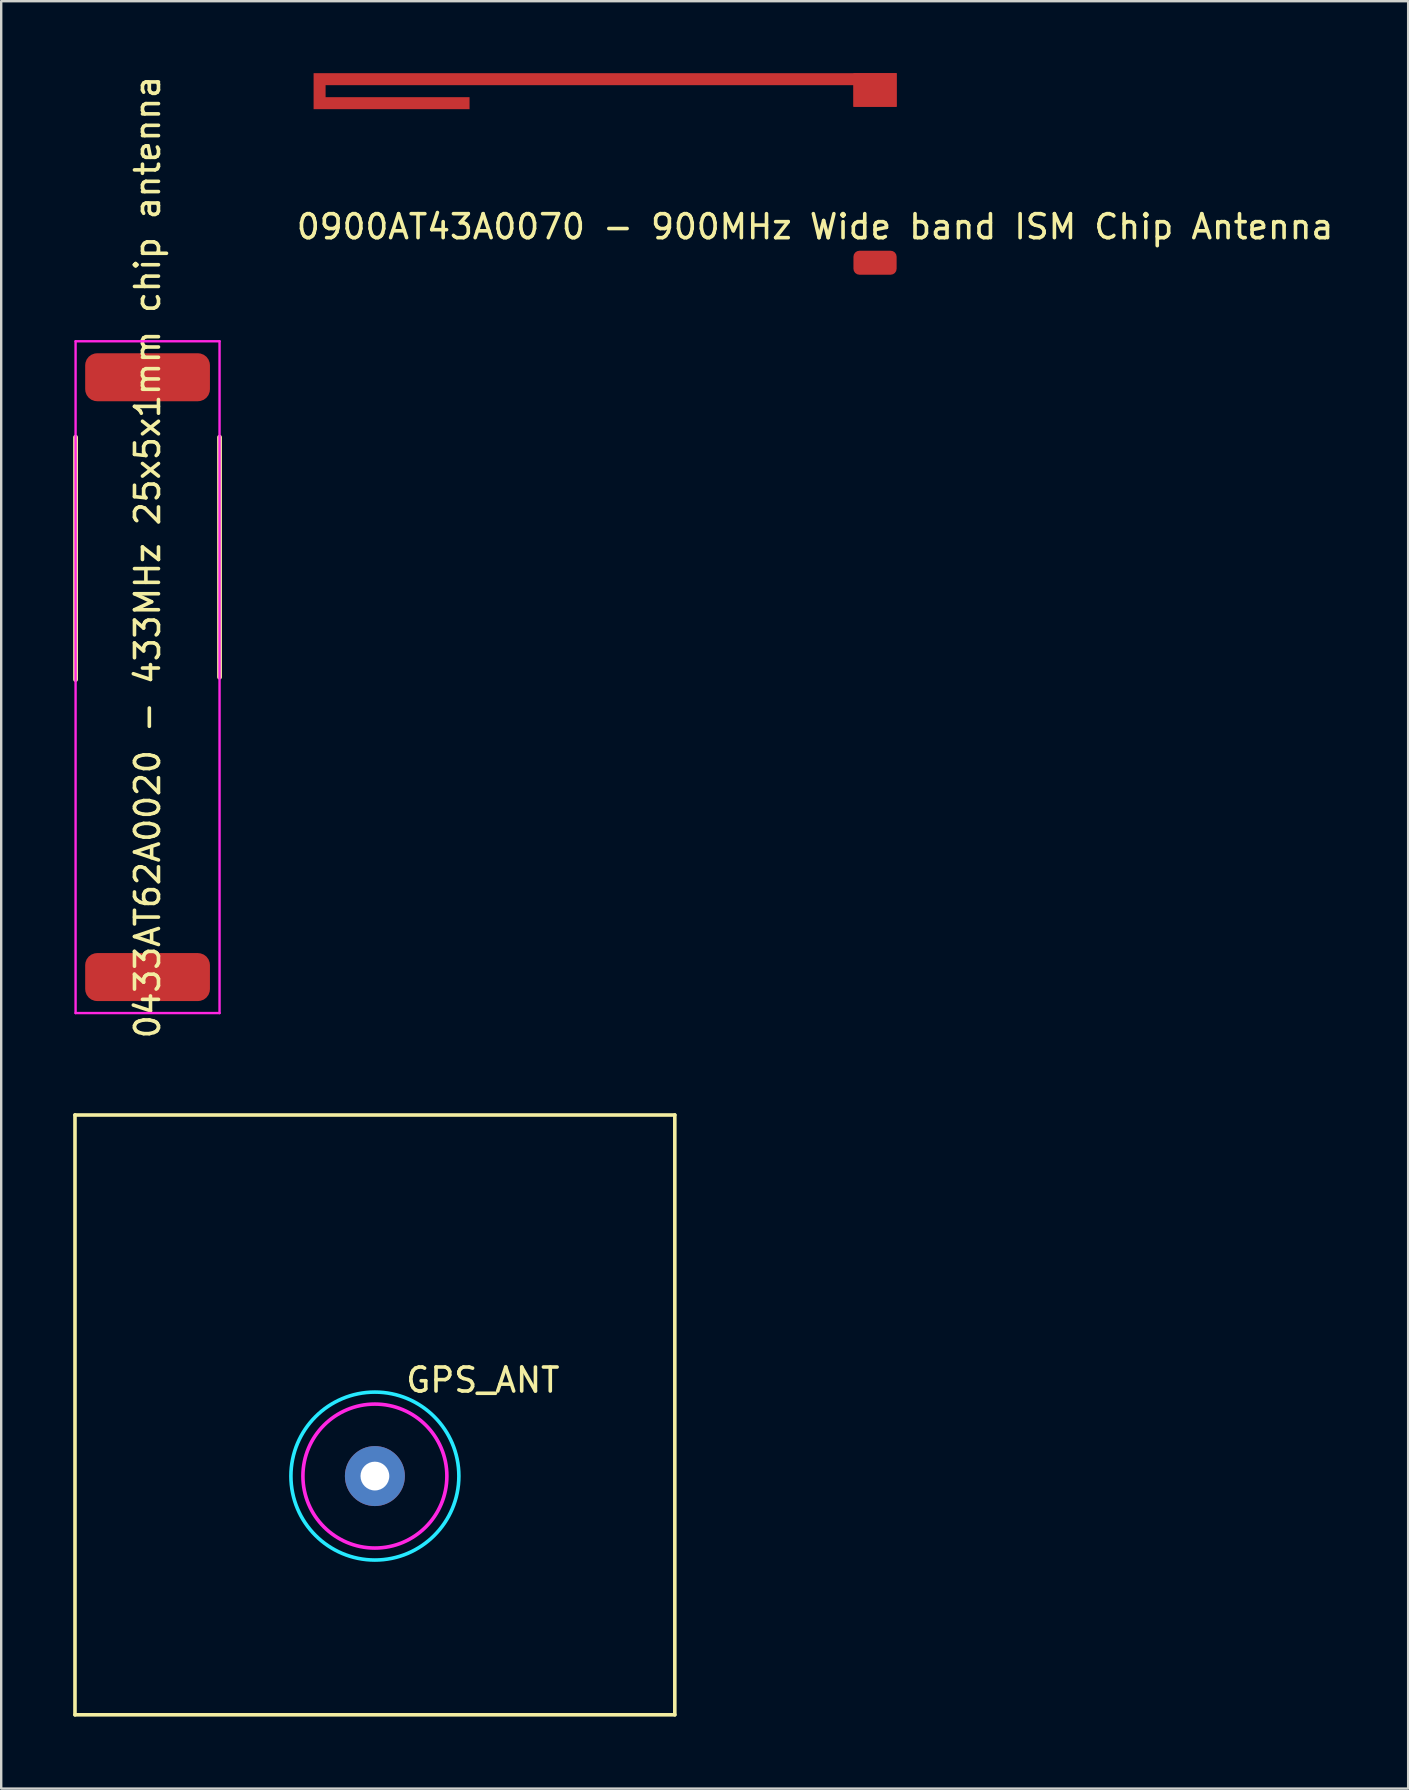
<source format=kicad_pcb>
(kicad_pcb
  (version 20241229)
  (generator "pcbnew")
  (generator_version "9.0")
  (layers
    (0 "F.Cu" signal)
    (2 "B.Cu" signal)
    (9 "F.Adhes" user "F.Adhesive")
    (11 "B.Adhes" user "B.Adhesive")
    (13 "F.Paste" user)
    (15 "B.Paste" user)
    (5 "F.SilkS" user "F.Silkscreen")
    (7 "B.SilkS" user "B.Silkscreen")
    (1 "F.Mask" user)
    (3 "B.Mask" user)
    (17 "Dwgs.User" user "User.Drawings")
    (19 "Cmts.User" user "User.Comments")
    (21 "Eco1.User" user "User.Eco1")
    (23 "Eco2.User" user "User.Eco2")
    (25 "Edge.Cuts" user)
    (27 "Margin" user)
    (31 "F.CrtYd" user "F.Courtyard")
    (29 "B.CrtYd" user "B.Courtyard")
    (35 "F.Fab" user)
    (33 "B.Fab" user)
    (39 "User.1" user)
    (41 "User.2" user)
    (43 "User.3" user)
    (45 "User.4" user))
  (footprint "0433AT62A0020 - 433MHz 25x5x1mm chip antenna"
    (layer "F.Cu")
    (at 3.1 25.173)
    (property "Reference" "0433AT62A0020 - 433MHz 25x5x1mm chip antenna" (at 0 -5 90) (layer "F.SilkS") (effects (font (size 1 1) (thickness 0.15))))
    (attr through_hole)
    (fp_line (start -3 -10) (end -3 0.1) (stroke (width 0.2) (type solid)) (layer "F.SilkS"))
    (fp_line (start 3 -10) (end 3 0) (stroke (width 0.2) (type solid)) (layer "F.SilkS"))
    (fp_line (start -3 -14) (end -3 14) (stroke (width 0.1) (type solid)) (layer "F.CrtYd"))
    (fp_line (start 3 -14) (end -3 -14) (stroke (width 0.1) (type solid)) (layer "F.CrtYd"))
    (fp_line (start 3 -14) (end 3 14) (stroke (width 0.1) (type solid)) (layer "F.CrtYd"))
    (fp_line (start 3 14) (end -3 14) (stroke (width 0.1) (type solid)) (layer "F.CrtYd"))
    (pad "1" smd roundrect (at 0 -12.5) (size 5.2 2) (layers "F.Cu" "F.Mask" "F.Paste") (roundrect_rratio 0.25))
    (pad "2" smd roundrect (at 0 12.5) (size 5.2 2) (layers "F.Cu" "F.Mask" "F.Paste") (roundrect_rratio 0.25)))
  (footprint "0900AT43A0070 - 900MHz Wide band ISM Chip Antenna"
    (layer "F.Cu")
    (at 33.42 4.4)
    (property "Reference" "0900AT43A0070 - 900MHz Wide band ISM Chip Antenna" (at -2.5 2 0) (layer "F.SilkS") (effects (font (size 1 1) (thickness 0.15))))
    (attr through_hole)
    (pad "1" smd roundrect (at 0 3.5) (size 1.8 1) (layers "F.Cu" "F.Mask" "F.Paste") (roundrect_rratio 0.25))
    (pad "2" smd rect (at 0 -3.7) (size 1.8 1.4) (layers "F.Cu" "F.Mask" "F.Paste"))
    (pad "2" smd custom (at 0 -3.7) (size 1.8 1.4) (layers "F.Cu") (options (anchor rect)) (primitives (gr_poly (pts (xy -0.9 -0.7) (xy -23.4 -0.7) (xy -23.4 0.8) (xy -16.9 0.8) (xy -16.9 0.3) (xy -22.9 0.3) (xy -22.9 -0.2) (xy -0.9 -0.2)) (width 0) (fill yes)))))
  (footprint "GPS_ANT"
    (layer "F.Cu")
    (at 12.575 58.47)
    (property "Reference" "GPS_ANT" (at 4.5 -4 0) (layer "F.SilkS") (effects (font (size 1 1) (thickness 0.15))))
    (attr through_hole)
    (fp_line (start -12.5 -15.05) (end -12.5 9.95) (stroke (width 0.15) (type solid)) (layer "F.SilkS"))
    (fp_line (start -12.5 9.95) (end 12.5 9.95) (stroke (width 0.15) (type solid)) (layer "F.SilkS"))
    (fp_line (start 12.5 -15.05) (end -12.5 -15.05) (stroke (width 0.15) (type solid)) (layer "F.SilkS"))
    (fp_line (start 12.5 9.95) (end 12.5 -15.05) (stroke (width 0.15) (type solid)) (layer "F.SilkS"))
    (fp_circle (center 0 0) (end 3.5 0) (stroke (width 0.15) (type solid)) (fill no) (layer "B.CrtYd"))
    (fp_circle (center 0 0) (end 3 0) (stroke (width 0.15) (type solid)) (fill no) (layer "F.CrtYd"))
    (pad "1" thru_hole circle (at 0 0) (size 2.5 2.5) (drill 1.2) (layers "*.Cu" "*.Mask")))
  (gr_rect
    (start -3 -3)
    (end 55.64 71.495)
    (stroke (width 0.1) (type default))
    (fill no)
    (layer "Edge.Cuts")))
</source>
